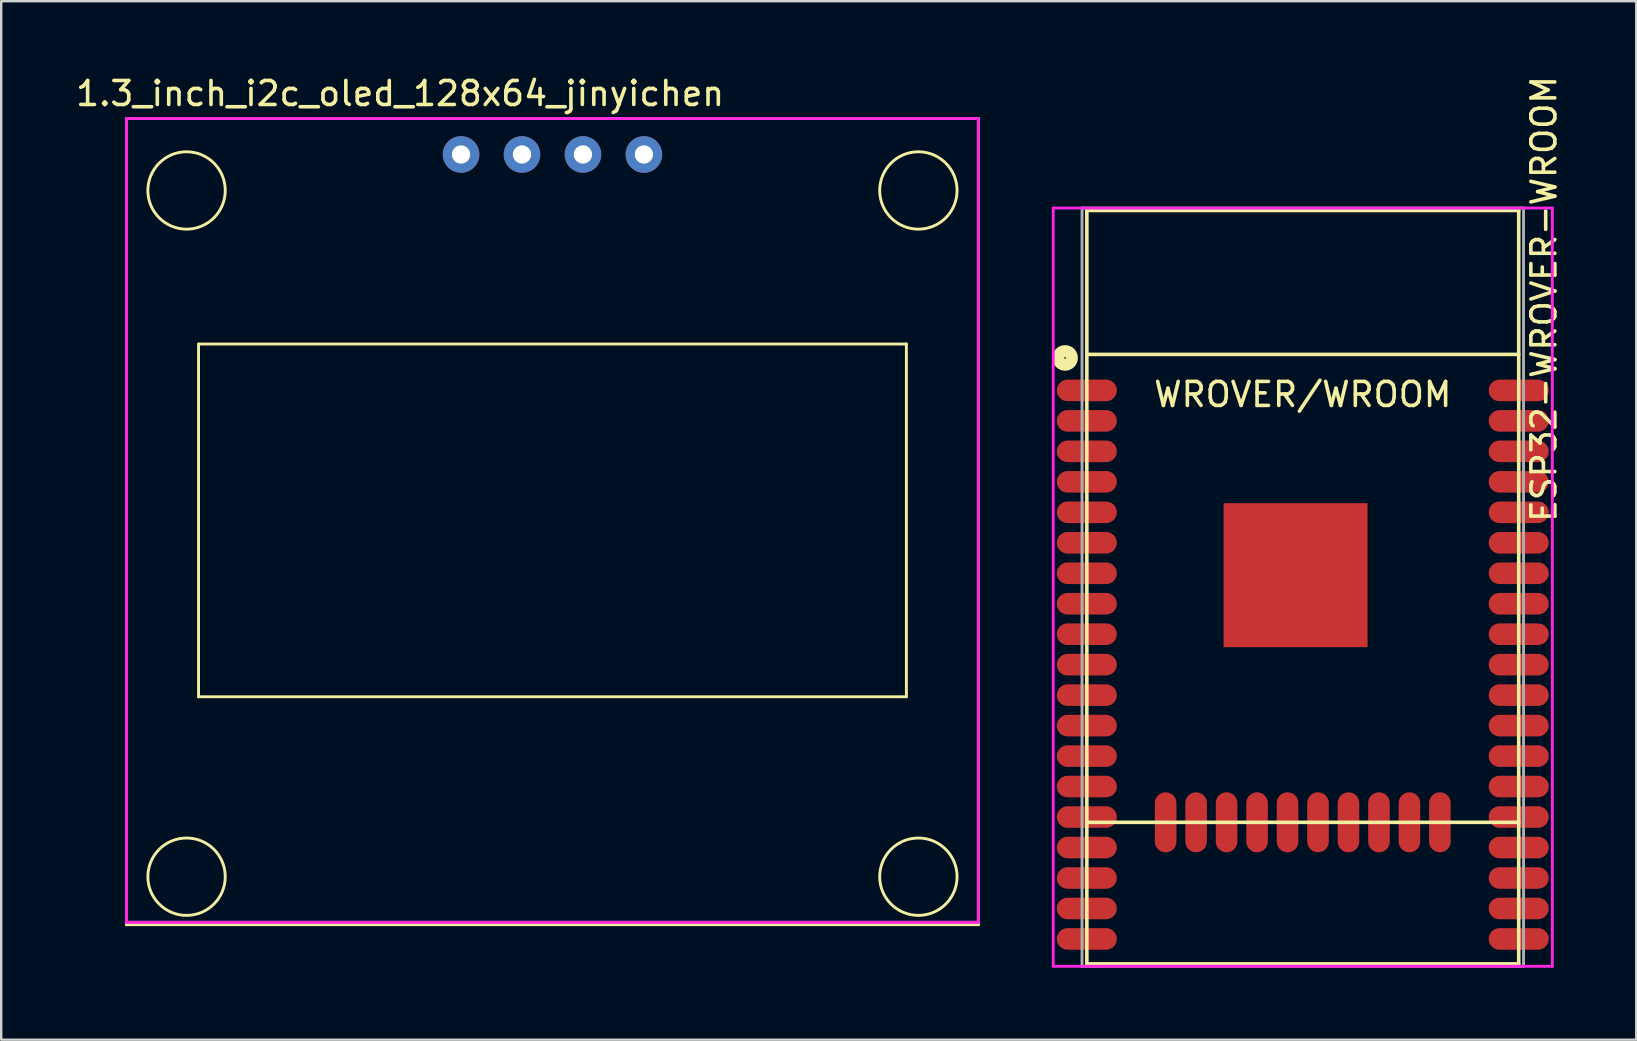
<source format=kicad_pcb>
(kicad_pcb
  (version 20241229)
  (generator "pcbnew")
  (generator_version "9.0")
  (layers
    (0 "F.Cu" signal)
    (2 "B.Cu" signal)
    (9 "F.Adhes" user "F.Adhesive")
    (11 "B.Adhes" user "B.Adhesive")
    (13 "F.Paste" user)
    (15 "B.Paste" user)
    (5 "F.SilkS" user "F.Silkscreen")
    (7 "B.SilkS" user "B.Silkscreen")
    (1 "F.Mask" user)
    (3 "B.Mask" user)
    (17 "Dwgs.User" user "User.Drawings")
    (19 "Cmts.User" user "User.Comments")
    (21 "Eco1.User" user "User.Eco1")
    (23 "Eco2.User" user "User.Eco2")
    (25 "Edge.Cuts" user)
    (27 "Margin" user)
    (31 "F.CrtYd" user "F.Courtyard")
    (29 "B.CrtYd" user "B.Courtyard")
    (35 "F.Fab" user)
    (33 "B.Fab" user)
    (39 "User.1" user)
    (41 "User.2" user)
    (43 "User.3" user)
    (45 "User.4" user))
  (footprint "ESP32-WROVER-WROOM"
    (layer "F.Cu")
    (at 42.245 13.221)
    (property "Reference" "ESP32-WROVER-WROOM" (at 19.05 -3.81 90) (layer "F.SilkS") (effects (font (size 1 1) (thickness 0.15))))
    (attr through_hole)
    (fp_line (start 0 -7.5) (end 0 23.9) (stroke (width 0.15) (type solid)) (layer "F.SilkS"))
    (fp_line (start 18 -7.5) (end 0 -7.5) (stroke (width 0.15) (type solid)) (layer "F.SilkS"))
    (fp_line (start 18 -7.5) (end 18 23.9) (stroke (width 0.15) (type solid)) (layer "F.SilkS"))
    (fp_line (start 18 -1.5) (end 0 -1.5) (stroke (width 0.15) (type solid)) (layer "F.SilkS"))
    (fp_line (start 18 18) (end 0 18) (stroke (width 0.15) (type solid)) (layer "F.SilkS"))
    (fp_line (start 18 23.9) (end 0 23.9) (stroke (width 0.15) (type solid)) (layer "F.SilkS"))
    (fp_circle (center -0.906 -1.354) (end -1.033 -1.608) (stroke (width 0.5) (type solid)) (fill no) (layer "F.SilkS"))
    (fp_line (start -1.4 -7.6) (end 19.4 -7.6) (stroke (width 0.12) (type solid)) (layer "F.CrtYd"))
    (fp_line (start -1.4 24) (end -1.4 -7.6) (stroke (width 0.12) (type solid)) (layer "F.CrtYd"))
    (fp_line (start 19.4 -7.6) (end 19.4 24) (stroke (width 0.12) (type solid)) (layer "F.CrtYd"))
    (fp_line (start 19.4 24) (end -1.4 24) (stroke (width 0.12) (type solid)) (layer "F.CrtYd"))
    (fp_line (start -0.2 -7.6) (end -0.2 24) (stroke (width 0.12) (type solid)) (layer "F.Fab"))
    (fp_line (start -0.2 24) (end 18.2 24) (stroke (width 0.12) (type solid)) (layer "F.Fab"))
    (fp_line (start 18.2 -7.6) (end -0.2 -7.6) (stroke (width 0.12) (type solid)) (layer "F.Fab"))
    (fp_line (start 18.2 24) (end 18.2 -7.6) (stroke (width 0.12) (type solid)) (layer "F.Fab"))
    (fp_text user "WROVER/WROOM" (at 9 0.17 0) (layer "F.SilkS") (effects (font (size 1 1) (thickness 0.15))))
    (pad "1" smd oval (at 0 0 180) (size 2.5 0.9) (layers "F.Cu" "F.Mask" "F.Paste"))
    (pad "2" smd oval (at 0 1.27 180) (size 2.5 0.9) (layers "F.Cu" "F.Mask" "F.Paste"))
    (pad "3" smd oval (at 0 2.54 180) (size 2.5 0.9) (layers "F.Cu" "F.Mask" "F.Paste"))
    (pad "4" smd oval (at 0 3.81 180) (size 2.5 0.9) (layers "F.Cu" "F.Mask" "F.Paste"))
    (pad "5" smd oval (at 0 5.08 180) (size 2.5 0.9) (layers "F.Cu" "F.Mask" "F.Paste"))
    (pad "6" smd oval (at 0 6.35 180) (size 2.5 0.9) (layers "F.Cu" "F.Mask" "F.Paste"))
    (pad "7" smd oval (at 0 7.62 180) (size 2.5 0.9) (layers "F.Cu" "F.Mask" "F.Paste"))
    (pad "8" smd oval (at 0 8.89 180) (size 2.5 0.9) (layers "F.Cu" "F.Mask" "F.Paste"))
    (pad "9" smd oval (at 0 10.16 180) (size 2.5 0.9) (layers "F.Cu" "F.Mask" "F.Paste"))
    (pad "10" smd oval (at 0 11.43 180) (size 2.5 0.9) (layers "F.Cu" "F.Mask" "F.Paste"))
    (pad "11" smd oval (at 0 12.7 180) (size 2.5 0.9) (layers "F.Cu" "F.Mask" "F.Paste"))
    (pad "12" smd oval (at 0 13.97 180) (size 2.5 0.9) (layers "F.Cu" "F.Mask" "F.Paste"))
    (pad "13" smd oval (at 0 15.24 180) (size 2.5 0.9) (layers "F.Cu" "F.Mask" "F.Paste"))
    (pad "14" smd oval (at 0 16.51 180) (size 2.5 0.9) (layers "F.Cu" "F.Mask" "F.Paste"))
    (pad "15" smd oval (at 0 17.78 180) (size 2.5 0.9) (layers "F.Cu" "F.Mask" "F.Paste"))
    (pad "16" smd oval (at 0 19.05 180) (size 2.5 0.9) (layers "F.Cu" "F.Mask" "F.Paste"))
    (pad "17" smd oval (at 0 20.32 180) (size 2.5 0.9) (layers "F.Cu" "F.Mask" "F.Paste"))
    (pad "18" smd oval (at 0 21.59 180) (size 2.5 0.9) (layers "F.Cu" "F.Mask" "F.Paste"))
    (pad "19" smd oval (at 0 22.86 180) (size 2.5 0.9) (layers "F.Cu" "F.Mask" "F.Paste"))
    (pad "20" smd oval (at 18 22.86 180) (size 2.5 0.9) (layers "F.Cu" "F.Mask" "F.Paste"))
    (pad "21" smd oval (at 18 21.59 180) (size 2.5 0.9) (layers "F.Cu" "F.Mask" "F.Paste"))
    (pad "22" smd oval (at 18 20.32 180) (size 2.5 0.9) (layers "F.Cu" "F.Mask" "F.Paste"))
    (pad "23" smd oval (at 18 19.05 180) (size 2.5 0.9) (layers "F.Cu" "F.Mask" "F.Paste"))
    (pad "24" smd oval (at 18 17.78 180) (size 2.5 0.9) (layers "F.Cu" "F.Mask" "F.Paste"))
    (pad "25" smd oval (at 18 16.51 180) (size 2.5 0.9) (layers "F.Cu" "F.Mask" "F.Paste"))
    (pad "26" smd oval (at 18 15.24 180) (size 2.5 0.9) (layers "F.Cu" "F.Mask" "F.Paste"))
    (pad "27" smd oval (at 18 13.97 180) (size 2.5 0.9) (layers "F.Cu" "F.Mask" "F.Paste"))
    (pad "28" smd oval (at 18 12.7 180) (size 2.5 0.9) (layers "F.Cu" "F.Mask" "F.Paste"))
    (pad "29" smd oval (at 18 11.43 180) (size 2.5 0.9) (layers "F.Cu" "F.Mask" "F.Paste"))
    (pad "30" smd oval (at 18 10.16 180) (size 2.5 0.9) (layers "F.Cu" "F.Mask" "F.Paste"))
    (pad "31" smd oval (at 18 8.89 180) (size 2.5 0.9) (layers "F.Cu" "F.Mask" "F.Paste"))
    (pad "32" smd oval (at 18 7.62 180) (size 2.5 0.9) (layers "F.Cu" "F.Mask" "F.Paste"))
    (pad "33" smd oval (at 18 6.35 180) (size 2.5 0.9) (layers "F.Cu" "F.Mask" "F.Paste"))
    (pad "34" smd oval (at 18 5.08 180) (size 2.5 0.9) (layers "F.Cu" "F.Mask" "F.Paste"))
    (pad "35" smd oval (at 18 3.81 180) (size 2.5 0.9) (layers "F.Cu" "F.Mask" "F.Paste"))
    (pad "36" smd oval (at 18 2.54 180) (size 2.5 0.9) (layers "F.Cu" "F.Mask" "F.Paste"))
    (pad "37" smd oval (at 18 1.27 180) (size 2.5 0.9) (layers "F.Cu" "F.Mask" "F.Paste"))
    (pad "38" smd oval (at 18 0 180) (size 2.5 0.9) (layers "F.Cu" "F.Mask" "F.Paste"))
    (pad "39" smd rect (at 8.7 7.7 180) (size 6 6) (layers "F.Cu" "F.Mask" "F.Paste"))
    (pad "B15" smd oval (at 3.285 18 180) (size 0.9 2.5) (layers "F.Cu" "F.Mask" "F.Paste"))
    (pad "B16" smd oval (at 4.555 18 180) (size 0.9 2.5) (layers "F.Cu" "F.Mask" "F.Paste"))
    (pad "B17" smd oval (at 5.825 18 180) (size 0.9 2.5) (layers "F.Cu" "F.Mask" "F.Paste"))
    (pad "B18" smd oval (at 7.095 18 180) (size 0.9 2.5) (layers "F.Cu" "F.Mask" "F.Paste"))
    (pad "B19" smd oval (at 8.365 18 180) (size 0.9 2.5) (layers "F.Cu" "F.Mask" "F.Paste"))
    (pad "B20" smd oval (at 9.635 18 180) (size 0.9 2.5) (layers "F.Cu" "F.Mask" "F.Paste"))
    (pad "B21" smd oval (at 10.905 18 180) (size 0.9 2.5) (layers "F.Cu" "F.Mask" "F.Paste"))
    (pad "B22" smd oval (at 12.175 18 180) (size 0.9 2.5) (layers "F.Cu" "F.Mask" "F.Paste"))
    (pad "B23" smd oval (at 13.445 18 180) (size 0.9 2.5) (layers "F.Cu" "F.Mask" "F.Paste"))
    (pad "B24" smd oval (at 14.715 18 180) (size 0.9 2.5) (layers "F.Cu" "F.Mask" "F.Paste")))
  (footprint "1.3_inch_i2c_oled_128x64_jinyichen"
    (layer "F.Cu")
    (at 20.225 1.888)
    (property "Reference" "1.3_inch_i2c_oled_128x64_jinyichen" (at -6.6 -1.04 0) (layer "F.SilkS") (effects (font (size 1 1) (thickness 0.15))))
    (attr through_hole)
    (fp_line (start -18 0) (end 17.5 0) (stroke (width 0.12) (type solid)) (layer "F.SilkS"))
    (fp_line (start -18 33.6) (end -18 0) (stroke (width 0.12) (type solid)) (layer "F.SilkS"))
    (fp_line (start -15 9.4) (end 14.5 9.4) (stroke (width 0.12) (type solid)) (layer "F.SilkS"))
    (fp_line (start -15 24.1) (end -15 9.4) (stroke (width 0.12) (type solid)) (layer "F.SilkS"))
    (fp_line (start 14.5 9.4) (end 14.5 24.1) (stroke (width 0.12) (type solid)) (layer "F.SilkS"))
    (fp_line (start 14.5 24.1) (end -15 24.1) (stroke (width 0.12) (type solid)) (layer "F.SilkS"))
    (fp_line (start 17.5 0) (end 17.5 33.6) (stroke (width 0.12) (type solid)) (layer "F.SilkS"))
    (fp_line (start 17.5 33.6) (end -18 33.6) (stroke (width 0.12) (type solid)) (layer "F.SilkS"))
    (fp_circle (center -15.5 3) (end -15.3 1.4) (stroke (width 0.12) (type solid)) (fill no) (layer "F.SilkS"))
    (fp_circle (center -15.5 31.6) (end -15.3 30) (stroke (width 0.12) (type solid)) (fill no) (layer "F.SilkS"))
    (fp_circle (center 15 3) (end 15.2 1.4) (stroke (width 0.12) (type solid)) (fill no) (layer "F.SilkS"))
    (fp_circle (center 15 31.6) (end 15.2 30) (stroke (width 0.12) (type solid)) (fill no) (layer "F.SilkS"))
    (fp_line (start -18 0) (end 17.5 0) (stroke (width 0.12) (type solid)) (layer "F.CrtYd"))
    (fp_line (start -18 33.5) (end -18 0) (stroke (width 0.12) (type solid)) (layer "F.CrtYd"))
    (fp_line (start 17.5 0) (end 17.5 33.5) (stroke (width 0.12) (type solid)) (layer "F.CrtYd"))
    (fp_line (start 17.5 33.5) (end -18 33.5) (stroke (width 0.12) (type solid)) (layer "F.CrtYd"))
    (fp_line (start -18 0) (end 17.5 0) (stroke (width 0.12) (type solid)) (layer "F.Fab"))
    (fp_line (start -18 33.5) (end -18 0) (stroke (width 0.12) (type solid)) (layer "F.Fab"))
    (fp_line (start 17.5 0) (end 17.5 33.5) (stroke (width 0.12) (type solid)) (layer "F.Fab"))
    (fp_line (start 17.5 33.5) (end -18 33.5) (stroke (width 0.12) (type solid)) (layer "F.Fab"))
    (pad "1" thru_hole circle (at -4.06 1.5) (size 1.524 1.524) (drill 0.762) (layers "*.Cu" "*.Mask"))
    (pad "2" thru_hole circle (at -1.52 1.5) (size 1.524 1.524) (drill 0.762) (layers "*.Cu" "*.Mask"))
    (pad "3" thru_hole circle (at 1.02 1.5) (size 1.524 1.524) (drill 0.762) (layers "*.Cu" "*.Mask"))
    (pad "4" thru_hole circle (at 3.56 1.5) (size 1.524 1.524) (drill 0.762) (layers "*.Cu" "*.Mask")))
  (gr_rect
    (start -3 -3)
    (end 65.143 40.281)
    (stroke (width 0.1) (type default))
    (fill no)
    (layer "Edge.Cuts")))
</source>
